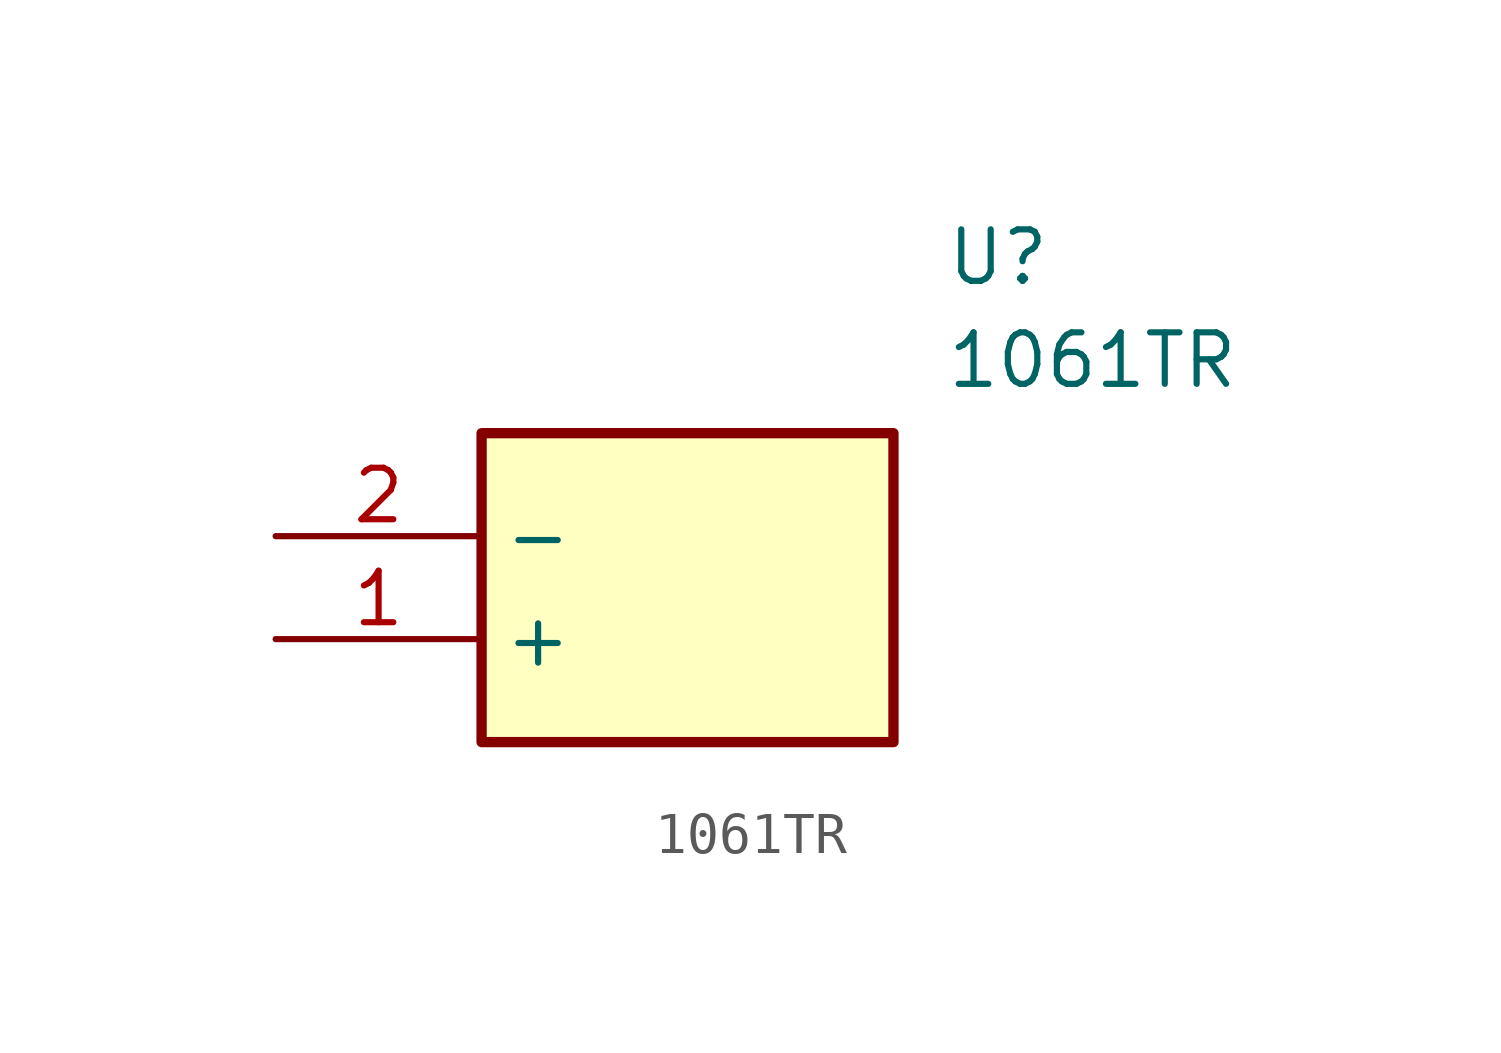
<source format=kicad_sym>
(kicad_symbol_lib
  (version 20211014)
  (generator SamacSys_ECAD_Model)
  (symbol "1061TR"
    (property "Reference" "U"
      (at 16.51 7.62 0)
      (effects (font (size 1.27 1.27)) (justify left top)))
    (property "Value" "1061TR"
      (at 16.51 5.08 0)
      (effects (font (size 1.27 1.27)) (justify left top)))
    (rectangle
      (start 5.08 2.54)
      (end 15.24 -5.08)
      (stroke (width 0.254) (type default))
      (fill (type background)))
    (pin passive line
      (at 0 -2.54 0)
      (length 5.08)
      (name "+" (effects (font (size 1.27 1.27))))
      (number "1" (effects (font (size 1.27 1.27)))))
    (pin passive line
      (at 0 0 0)
      (length 5.08)
      (name "-" (effects (font (size 1.27 1.27))))
      (number "2" (effects (font (size 1.27 1.27)))))))
</source>
